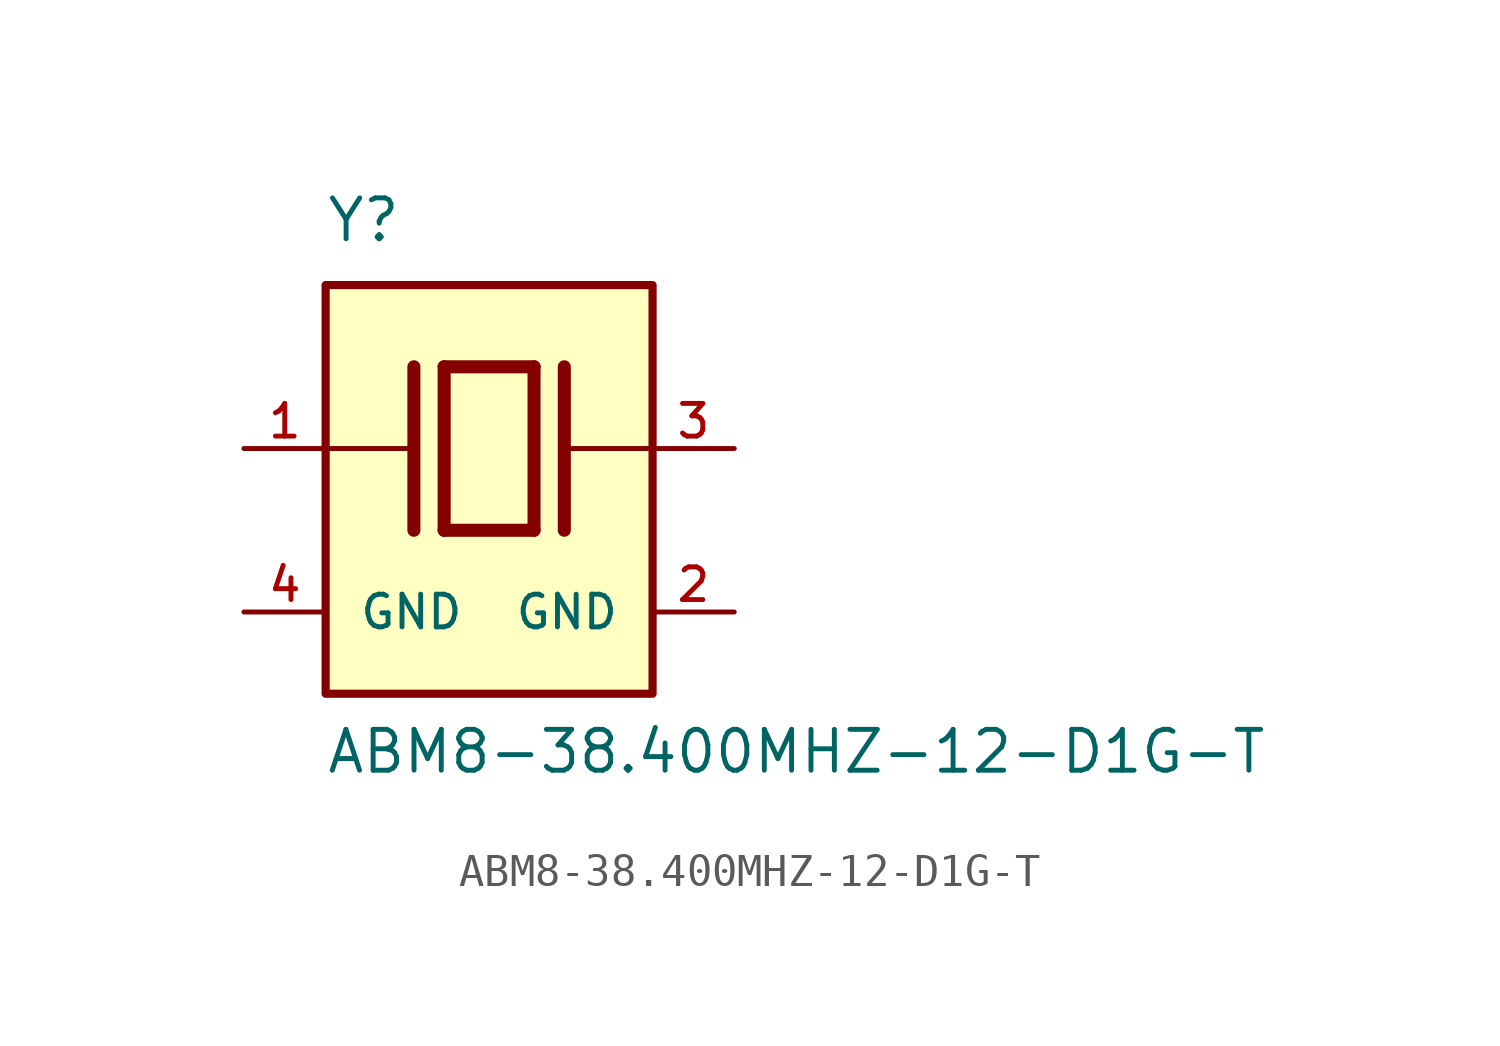
<source format=kicad_sym>
(kicad_symbol_lib
  (version 20241209)
  (generator "kicad_symbol_editor")
  (generator_version "9.0")
  (symbol "ABM8-38.400MHZ-12-D1G-T"
    (pin_names
      (offset 1.016))
    (property "Reference" "Y"
      (at -5.088 6.356 0)
      (effects (font (size 1.27 1.27)) (justify left bottom)))
    (property "Value" "ABM8-38.400MHZ-12-D1G-T"
      (at -5.094 -10.16 0)
      (effects (font (size 1.27 1.27)) (justify left bottom)))
    (symbol "ABM8-38.400MHZ-12-D1G-T_0_0"
      (polyline (pts (xy -5.08 0) (xy -2.54 0)) (stroke (width 0.152) (type default)) (fill (type none)))
      (rectangle (start -5.08 -7.62) (end 5.08 5.08) (stroke (width 0.254) (type default)) (fill (type background)))
      (polyline (pts (xy -2.337 2.54) (xy -2.337 -2.54)) (stroke (width 0.406) (type default)) (fill (type none)))
      (polyline (pts (xy -1.397 2.54) (xy -1.397 -2.54)) (stroke (width 0.406) (type default)) (fill (type none)))
      (polyline (pts (xy -1.397 2.54) (xy 1.397 2.54)) (stroke (width 0.406) (type default)) (fill (type none)))
      (polyline (pts (xy 1.397 2.54) (xy 1.397 -2.54)) (stroke (width 0.406) (type default)) (fill (type none)))
      (polyline (pts (xy 1.397 -2.54) (xy -1.397 -2.54)) (stroke (width 0.406) (type default)) (fill (type none)))
      (polyline (pts (xy 2.337 2.54) (xy 2.337 -2.54)) (stroke (width 0.406) (type default)) (fill (type none)))
      (polyline (pts (xy 2.54 0) (xy 5.08 0)) (stroke (width 0.152) (type default)) (fill (type none)))
      (pin passive line (at -7.62 0 0) (length 2.54) (name "~" (effects (font (size 1.016 1.016)))) (number "1" (effects (font (size 1.016 1.016)))))
      (pin passive line (at 7.62 0 180) (length 2.54) (name "~" (effects (font (size 1.016 1.016)))) (number "3" (effects (font (size 1.016 1.016)))))
      (pin power_in line (at 7.62 -5.08 180) (length 2.54) (name "GND" (effects (font (size 1.016 1.016)))) (number "2" (effects (font (size 1.016 1.016))))))
    (symbol "ABM8-38.400MHZ-12-D1G-T_1_0"
      (pin power_in line (at -7.62 -5.08 0) (length 2.54) (name "GND" (effects (font (size 1.016 1.016)))) (number "4" (effects (font (size 1.016 1.016))))))))
</source>
